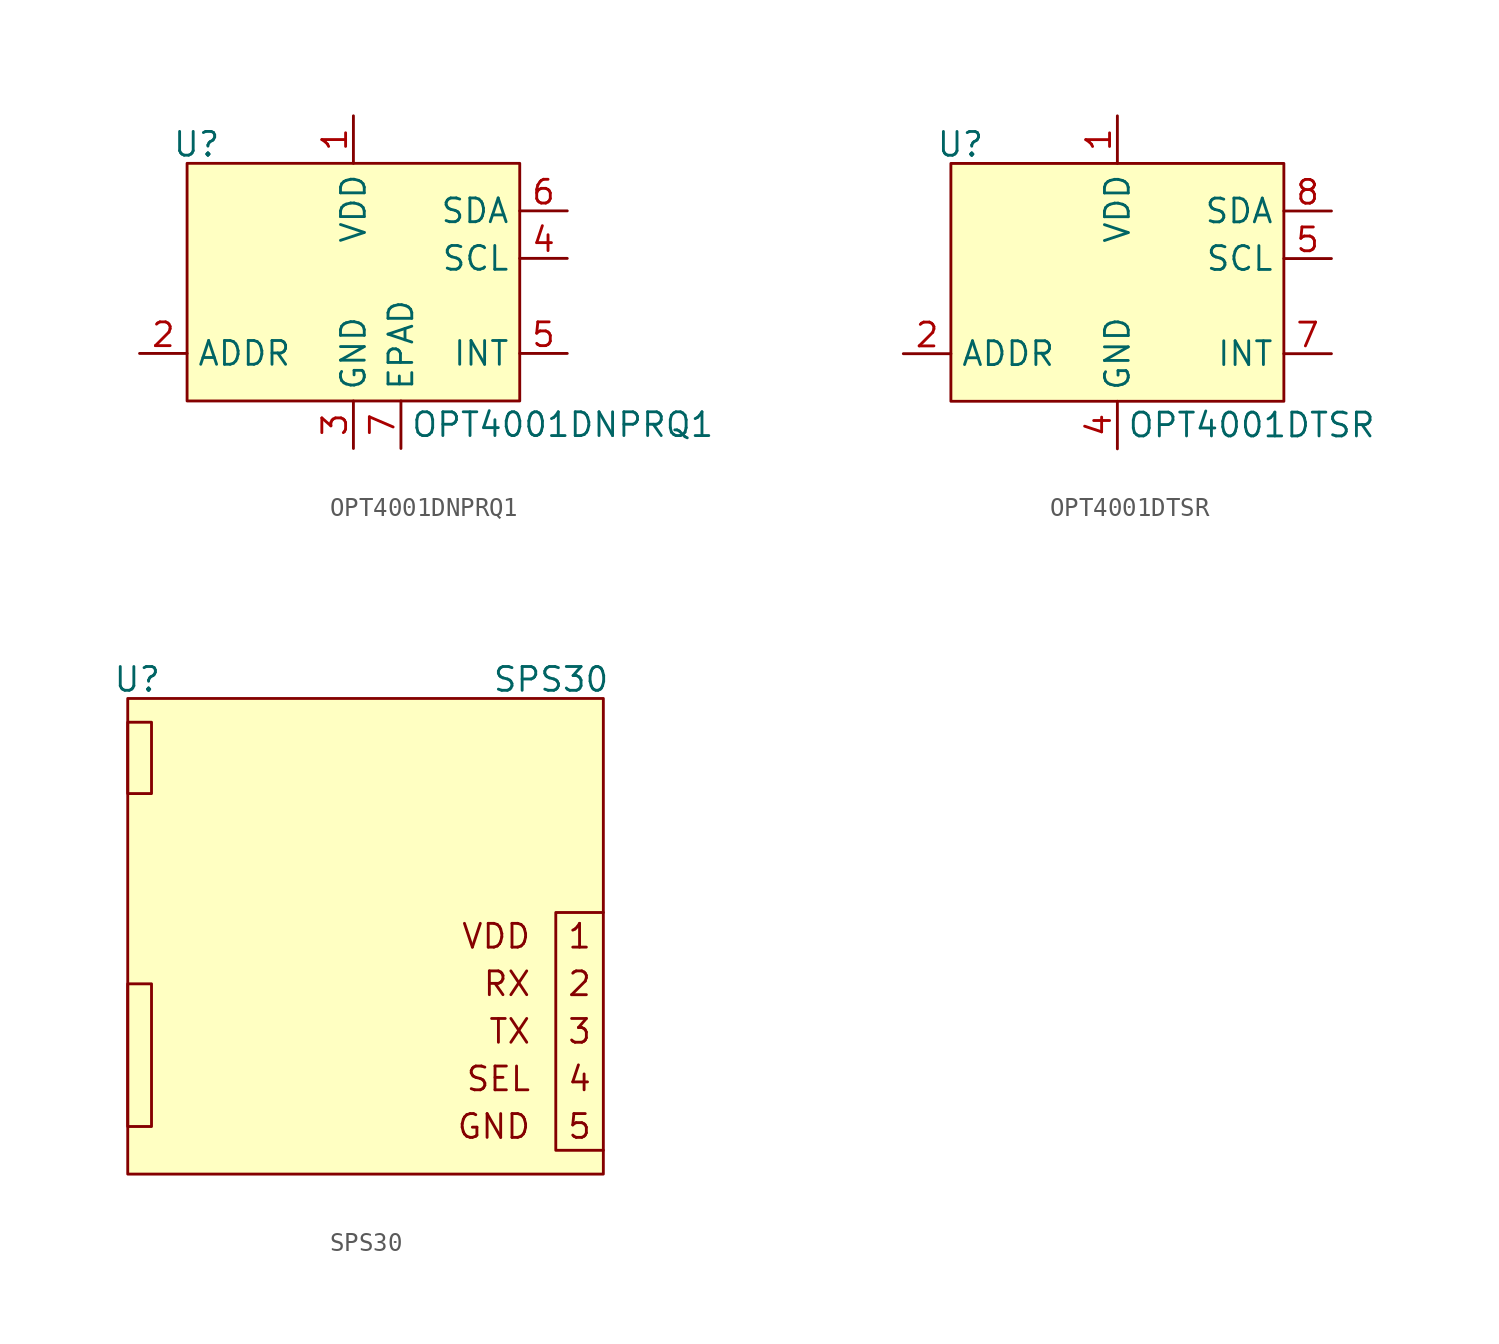
<source format=kicad_sym>
(kicad_symbol_lib
  (version 20241209)
  (generator "kicad_symbol_editor")
  (generator_version "9.0")
  (symbol "OPT4001DNPRQ1"
    (property "Reference" "U"
      (at -8.382 7.366 0)
      (effects (font (size 1.27 1.27))))
    (property "Value" "OPT4001DNPRQ1"
      (at 3.048 -7.62 0)
      (effects (font (size 1.27 1.27)) (justify left)))
    (symbol "OPT4001DNPRQ1_1_1"
      (rectangle (start -8.89 6.35) (end 8.89 -6.35) (stroke (width 0) (type solid)) (fill (type background)))
      (pin passive line (at -11.43 -3.81 0) (length 2.54) (name "ADDR" (effects (font (size 1.27 1.27)))) (number "2" (effects (font (size 1.27 1.27)))))
      (pin power_in line (at 0 8.89 270) (length 2.54) (name "VDD" (effects (font (size 1.27 1.27)))) (number "1" (effects (font (size 1.27 1.27)))))
      (pin power_in line (at 0 -8.89 90) (length 2.54) (name "GND" (effects (font (size 1.27 1.27)))) (number "3" (effects (font (size 1.27 1.27)))))
      (pin passive line (at 2.54 -8.89 90) (length 2.54) (name "EPAD" (effects (font (size 1.27 1.27)))) (number "7" (effects (font (size 1.27 1.27)))))
      (pin bidirectional line (at 11.43 3.81 180) (length 2.54) (name "SDA" (effects (font (size 1.27 1.27)))) (number "6" (effects (font (size 1.27 1.27)))))
      (pin bidirectional line (at 11.43 1.27 180) (length 2.54) (name "SCL" (effects (font (size 1.27 1.27)))) (number "4" (effects (font (size 1.27 1.27)))))
      (pin bidirectional line (at 11.43 -3.81 180) (length 2.54) (name "INT" (effects (font (size 1.27 1.27)))) (number "5" (effects (font (size 1.27 1.27)))))))
  (symbol "OPT4001DTSR "
    (property "Reference" "U"
      (at -8.382 7.366 0)
      (effects (font (size 1.27 1.27))))
    (property "Value" "OPT4001DTSR"
      (at 0.508 -7.62 0)
      (effects (font (size 1.27 1.27)) (justify left)))
    (symbol "OPT4001DTSR _1_1"
      (rectangle (start -8.89 6.35) (end 8.89 -6.35) (stroke (width 0) (type solid)) (fill (type background)))
      (pin passive line (at -11.43 -3.81 0) (length 2.54) (name "ADDR" (effects (font (size 1.27 1.27)))) (number "2" (effects (font (size 1.27 1.27)))))
      (pin no_connect line (at -8.89 3.81 0) (length 2.54) (hide yes) (name "NC" (effects (font (size 1.27 1.27)))) (number "3" (effects (font (size 1.27 1.27)))))
      (pin no_connect line (at -8.89 1.27 0) (length 2.54) (hide yes) (name "NC" (effects (font (size 1.27 1.27)))) (number "6" (effects (font (size 1.27 1.27)))))
      (pin power_in line (at 0 8.89 270) (length 2.54) (name "VDD" (effects (font (size 1.27 1.27)))) (number "1" (effects (font (size 1.27 1.27)))))
      (pin power_in line (at 0 -8.89 90) (length 2.54) (name "GND" (effects (font (size 1.27 1.27)))) (number "4" (effects (font (size 1.27 1.27)))))
      (pin bidirectional line (at 11.43 3.81 180) (length 2.54) (name "SDA" (effects (font (size 1.27 1.27)))) (number "8" (effects (font (size 1.27 1.27)))))
      (pin bidirectional line (at 11.43 1.27 180) (length 2.54) (name "SCL" (effects (font (size 1.27 1.27)))) (number "5" (effects (font (size 1.27 1.27)))))
      (pin bidirectional line (at 11.43 -3.81 180) (length 2.54) (name "INT" (effects (font (size 1.27 1.27)))) (number "7" (effects (font (size 1.27 1.27)))))))
  (symbol "SPS30"
    (property "Reference" "U"
      (at -12.192 13.716 0)
      (effects (font (size 1.27 1.27))))
    (property "Value" "SPS30"
      (at 9.906 13.716 0)
      (effects (font (size 1.27 1.27))))
    (symbol "SPS30_0_1"
      (polyline (pts (xy 12.7 1.27) (xy 10.16 1.27) (xy 10.16 -11.43) (xy 12.7 -11.43)) (stroke (width 0) (type default)) (fill (type none))))
    (symbol "SPS30_1_1"
      (rectangle (start -12.7 12.7) (end 12.7 -12.7) (stroke (width 0) (type solid)) (fill (type background)))
      (rectangle (start -12.7 7.62) (end -11.43 11.43) (stroke (width 0) (type default)) (fill (type none)))
      (rectangle (start -12.7 -10.16) (end -11.43 -2.54) (stroke (width 0) (type default)) (fill (type none)))
      (text "VDD" (at 8.89 0 0) (effects (font (size 1.27 1.27)) (justify right)))
      (text "RX" (at 8.89 -2.54 0) (effects (font (size 1.27 1.27)) (justify right)))
      (text "TX" (at 8.89 -5.08 0) (effects (font (size 1.27 1.27)) (justify right)))
      (text "SEL" (at 8.89 -7.62 0) (effects (font (size 1.27 1.27)) (justify right)))
      (text "GND" (at 8.89 -10.16 0) (effects (font (size 1.27 1.27)) (justify right)))
      (text "1" (at 11.43 0 0) (effects (font (size 1.27 1.27))))
      (text "2" (at 11.43 -2.54 0) (effects (font (size 1.27 1.27))))
      (text "3" (at 11.43 -5.08 0) (effects (font (size 1.27 1.27))))
      (text "4" (at 11.43 -7.62 0) (effects (font (size 1.27 1.27))))
      (text "5" (at 11.43 -10.16 0) (effects (font (size 1.27 1.27)))))))
</source>
